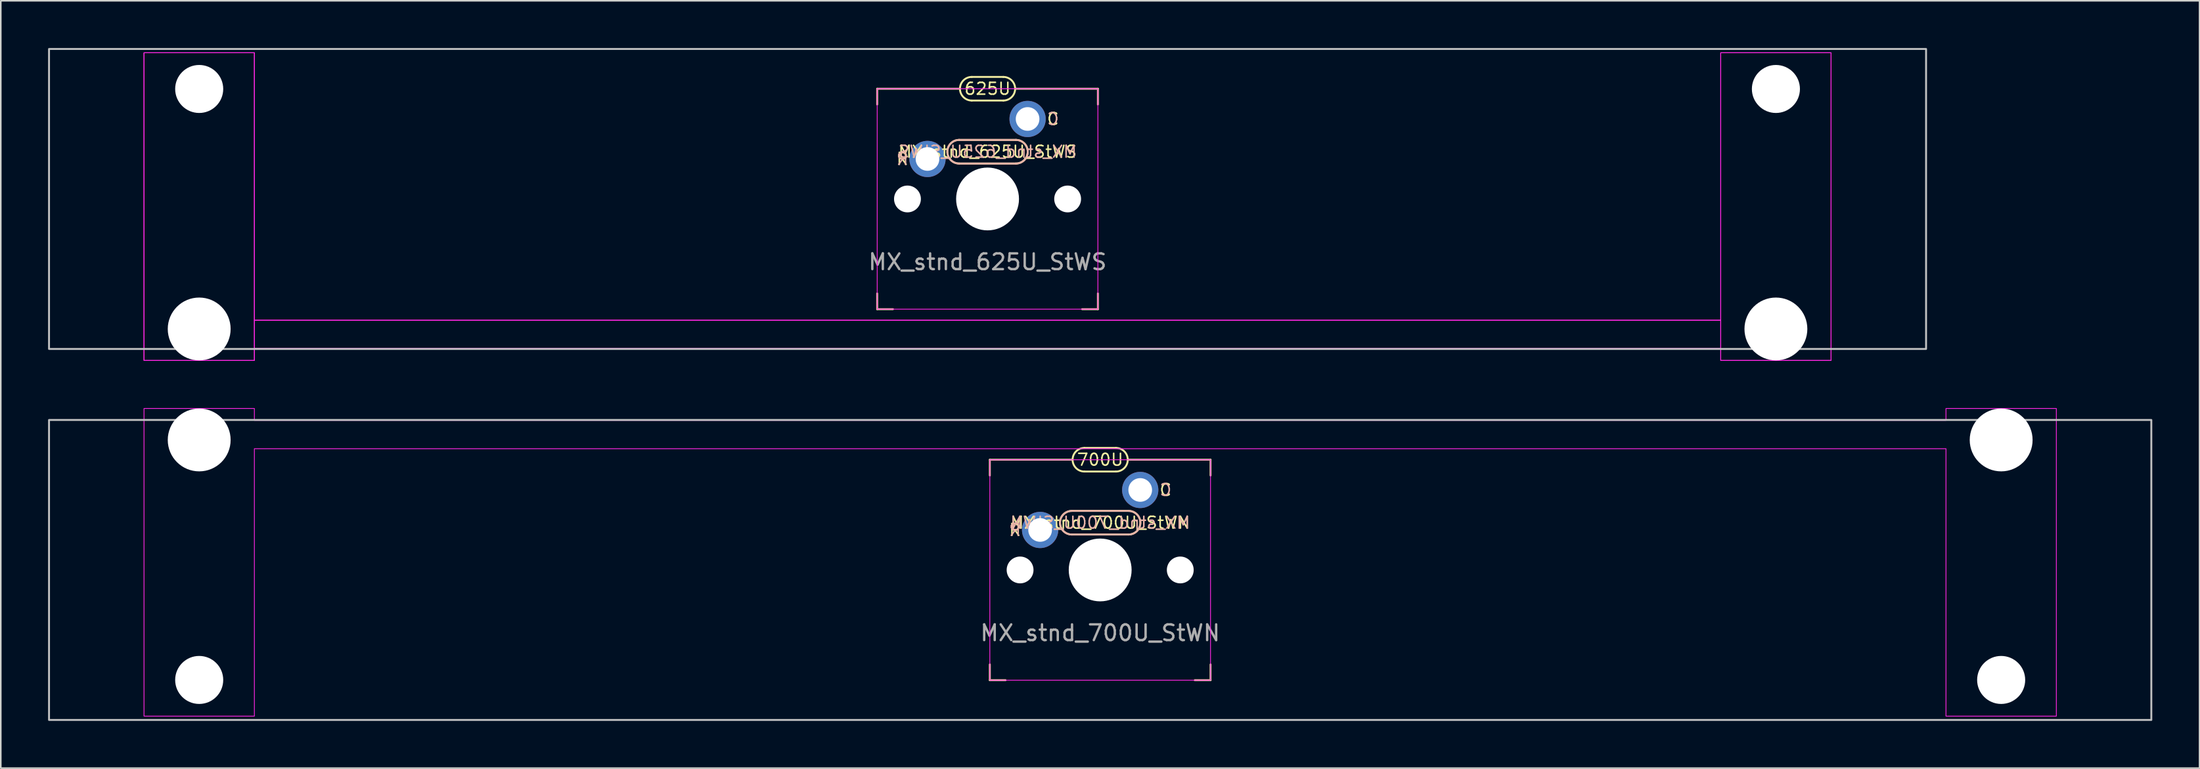
<source format=kicad_pcb>
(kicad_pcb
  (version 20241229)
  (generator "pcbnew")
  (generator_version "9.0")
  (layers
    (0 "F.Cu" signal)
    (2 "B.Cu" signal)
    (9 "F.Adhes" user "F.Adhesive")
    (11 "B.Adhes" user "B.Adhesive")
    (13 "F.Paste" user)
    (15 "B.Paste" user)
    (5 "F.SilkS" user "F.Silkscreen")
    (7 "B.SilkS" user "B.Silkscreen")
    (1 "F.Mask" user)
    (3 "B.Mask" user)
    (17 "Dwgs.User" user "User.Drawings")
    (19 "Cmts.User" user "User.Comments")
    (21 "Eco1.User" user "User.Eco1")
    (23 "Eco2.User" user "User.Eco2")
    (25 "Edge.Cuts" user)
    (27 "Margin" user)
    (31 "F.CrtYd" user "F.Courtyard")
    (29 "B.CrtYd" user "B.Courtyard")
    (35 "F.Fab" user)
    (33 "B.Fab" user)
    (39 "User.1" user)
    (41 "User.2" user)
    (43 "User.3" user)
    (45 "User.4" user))
  (footprint "MX_stnd_625U_StWS"
    (layer "F.Cu")
    (at 59.591 9.585)
    (property "Reference" "MX_stnd_625U_StWS" (at 0 -3 0) (unlocked yes) (layer "F.SilkS") (effects (font (size 0.75 0.75) (thickness 0.1))))
    (attr through_hole)
    (fp_line (start -7 -7) (end -1.75 -7) (stroke (width 0.12) (type solid)) (layer "F.SilkS"))
    (fp_line (start -7 -6) (end -7 -7) (stroke (width 0.12) (type solid)) (layer "F.SilkS"))
    (fp_line (start -7 7) (end -7 6) (stroke (width 0.12) (type solid)) (layer "F.SilkS"))
    (fp_line (start -6 7) (end -7 7) (stroke (width 0.12) (type solid)) (layer "F.SilkS"))
    (fp_line (start -1.8 -3.75) (end 1.8 -3.75) (stroke (width 0.12) (type solid)) (layer "F.SilkS"))
    (fp_line (start -1 -7.75) (end 1 -7.75) (stroke (width 0.12) (type solid)) (layer "F.SilkS"))
    (fp_line (start 1 -6.25) (end -1 -6.25) (stroke (width 0.12) (type solid)) (layer "F.SilkS"))
    (fp_line (start 1.8 -2.25) (end -1.8 -2.25) (stroke (width 0.12) (type solid)) (layer "F.SilkS"))
    (fp_line (start 6 7) (end 7 7) (stroke (width 0.12) (type solid)) (layer "F.SilkS"))
    (fp_line (start 7 -7) (end 1.75 -7) (stroke (width 0.12) (type solid)) (layer "F.SilkS"))
    (fp_line (start 7 -7) (end 7 -6) (stroke (width 0.12) (type solid)) (layer "F.SilkS"))
    (fp_line (start 7 7) (end 7 6) (stroke (width 0.12) (type solid)) (layer "F.SilkS"))
    (fp_arc (start -1.8 -2.25) (mid -2.55 -3) (end -1.8 -3.75) (stroke (width 0.12) (type solid)) (layer "F.SilkS"))
    (fp_arc (start -1 -6.25) (mid -1.75 -7) (end -1 -7.75) (stroke (width 0.12) (type solid)) (layer "F.SilkS"))
    (fp_arc (start 1 -7.75) (mid 1.75 -7) (end 1 -6.25) (stroke (width 0.12) (type solid)) (layer "F.SilkS"))
    (fp_arc (start 1.8 -3.75) (mid 2.55 -3) (end 1.8 -2.25) (stroke (width 0.12) (type solid)) (layer "F.SilkS"))
    (fp_line (start -1.8 -2.25) (end 1.8 -2.25) (stroke (width 0.12) (type solid)) (layer "B.SilkS"))
    (fp_line (start 1.8 -3.75) (end -1.8 -3.75) (stroke (width 0.12) (type solid)) (layer "B.SilkS"))
    (fp_arc (start -1.8 -2.25) (mid -2.55 -3) (end -1.8 -3.75) (stroke (width 0.12) (type solid)) (layer "B.SilkS"))
    (fp_arc (start 1.8 -3.75) (mid 2.55 -3) (end 1.8 -2.25) (stroke (width 0.12) (type solid)) (layer "B.SilkS"))
    (fp_rect (start -59.531 -9.525) (end 59.531 9.525) (stroke (width 0.12) (type solid)) (fill no) (layer "Dwgs.User"))
    (fp_rect (start -53.506 -9.285) (end -46.506 10.255) (stroke (width 0.05) (type solid)) (fill no) (layer "F.CrtYd"))
    (fp_rect (start -46.506 7.7) (end 46.506 9.5) (stroke (width 0.05) (type solid)) (fill no) (layer "F.CrtYd"))
    (fp_rect (start -7 -7) (end 7 7) (stroke (width 0.05) (type solid)) (fill no) (layer "F.CrtYd"))
    (fp_rect (start 46.506 -9.285) (end 53.506 10.255) (stroke (width 0.05) (type solid)) (fill no) (layer "F.CrtYd"))
    (fp_poly (pts (xy -46.506 7.7) (xy 46.506 7.7) (xy 46.506 -9.285) (xy 53.506 -9.285) (xy 53.506 10.255) (xy 46.506 10.255) (xy 46.506 9.5) (xy -46.506 9.5) (xy -46.506 10.255) (xy -53.506 10.255) (xy -53.506 -9.285) (xy -46.506 -9.285)) (stroke (width 0.05) (type solid)) (fill no) (layer "F.CrtYd"))
    (fp_text user "625U" (at 0 -7 0) (unlocked yes) (layer "F.SilkS") (effects (font (size 0.75 0.75) (thickness 0.1))))
    (fp_text user "C" (at 4.15 -5.08 0) (unlocked yes) (layer "F.SilkS") (effects (font (size 0.75 0.75) (thickness 0.1))))
    (fp_text user "R" (at -5.4 -2.54 0) (unlocked yes) (layer "F.SilkS") (effects (font (size 0.75 0.75) (thickness 0.1))))
    (fp_text user "C" (at 4.15 -5.08 0) (unlocked yes) (layer "B.SilkS") (effects (font (size 0.75 0.75) (thickness 0.1)) (justify mirror)))
    (fp_text user "R" (at -5.4 -2.54 0) (unlocked yes) (layer "B.SilkS") (effects (font (size 0.75 0.75) (thickness 0.1)) (justify mirror)))
    (fp_text user "${REFERENCE}" (at 0 -3 0) (unlocked yes) (layer "B.SilkS") (effects (font (size 0.75 0.75) (thickness 0.1)) (justify mirror)))
    (fp_text user "${REFERENCE}" (at 0 4 0) (unlocked yes) (layer "F.Fab") (effects (font (size 1 1) (thickness 0.15))))
    (pad "" np_thru_hole circle (at -50.006 -6.985) (size 3.048 3.048) (drill 3.048) (layers "*.Cu" "*.Mask"))
    (pad "" np_thru_hole circle (at -50.006 8.255) (size 3.988 3.988) (drill 3.988) (layers "*.Cu" "*.Mask"))
    (pad "" np_thru_hole circle (at -5.08 0) (size 1.702 1.702) (drill 1.702) (layers "*.Cu" "*.Mask"))
    (pad "" np_thru_hole circle (at 0 0) (size 3.988 3.988) (drill 3.988) (layers "*.Cu" "*.Mask"))
    (pad "" np_thru_hole circle (at 5.08 0) (size 1.702 1.702) (drill 1.702) (layers "*.Cu" "*.Mask"))
    (pad "" np_thru_hole circle (at 50.006 -6.985) (size 3.048 3.048) (drill 3.048) (layers "*.Cu" "*.Mask"))
    (pad "" np_thru_hole circle (at 50.006 8.255) (size 3.988 3.988) (drill 3.988) (layers "*.Cu" "*.Mask"))
    (pad "1" thru_hole circle (at 2.54 -5.08) (size 2.3 2.3) (drill 1.5) (layers "*.Cu" "*.Mask"))
    (pad "2" thru_hole circle (at -3.81 -2.54) (size 2.3 2.3) (drill 1.5) (layers "*.Cu" "*.Mask")))
  (footprint "MX_stnd_700U_StWN"
    (layer "F.Cu")
    (at 66.735 33.145)
    (property "Reference" "MX_stnd_700U_StWN" (at 0 -3 0) (unlocked yes) (layer "F.SilkS") (effects (font (size 0.75 0.75) (thickness 0.1))))
    (attr through_hole)
    (fp_line (start -7 -7) (end -1.75 -7) (stroke (width 0.12) (type solid)) (layer "F.SilkS"))
    (fp_line (start -7 -6) (end -7 -7) (stroke (width 0.12) (type solid)) (layer "F.SilkS"))
    (fp_line (start -7 7) (end -7 6) (stroke (width 0.12) (type solid)) (layer "F.SilkS"))
    (fp_line (start -6 7) (end -7 7) (stroke (width 0.12) (type solid)) (layer "F.SilkS"))
    (fp_line (start -1.8 -3.75) (end 1.8 -3.75) (stroke (width 0.12) (type solid)) (layer "F.SilkS"))
    (fp_line (start -1 -7.75) (end 1 -7.75) (stroke (width 0.12) (type solid)) (layer "F.SilkS"))
    (fp_line (start 1 -6.25) (end -1 -6.25) (stroke (width 0.12) (type solid)) (layer "F.SilkS"))
    (fp_line (start 1.8 -2.25) (end -1.8 -2.25) (stroke (width 0.12) (type solid)) (layer "F.SilkS"))
    (fp_line (start 6 7) (end 7 7) (stroke (width 0.12) (type solid)) (layer "F.SilkS"))
    (fp_line (start 7 -7) (end 1.75 -7) (stroke (width 0.12) (type solid)) (layer "F.SilkS"))
    (fp_line (start 7 -7) (end 7 -6) (stroke (width 0.12) (type solid)) (layer "F.SilkS"))
    (fp_line (start 7 7) (end 7 6) (stroke (width 0.12) (type solid)) (layer "F.SilkS"))
    (fp_arc (start -1.8 -2.25) (mid -2.55 -3) (end -1.8 -3.75) (stroke (width 0.12) (type solid)) (layer "F.SilkS"))
    (fp_arc (start -1 -6.25) (mid -1.75 -7) (end -1 -7.75) (stroke (width 0.12) (type solid)) (layer "F.SilkS"))
    (fp_arc (start 1 -7.75) (mid 1.75 -7) (end 1 -6.25) (stroke (width 0.12) (type solid)) (layer "F.SilkS"))
    (fp_arc (start 1.8 -3.75) (mid 2.55 -3) (end 1.8 -2.25) (stroke (width 0.12) (type solid)) (layer "F.SilkS"))
    (fp_line (start -1.8 -2.25) (end 1.8 -2.25) (stroke (width 0.12) (type solid)) (layer "B.SilkS"))
    (fp_line (start 1.8 -3.75) (end -1.8 -3.75) (stroke (width 0.12) (type solid)) (layer "B.SilkS"))
    (fp_arc (start -1.8 -2.25) (mid -2.55 -3) (end -1.8 -3.75) (stroke (width 0.12) (type solid)) (layer "B.SilkS"))
    (fp_arc (start 1.8 -3.75) (mid 2.55 -3) (end 1.8 -2.25) (stroke (width 0.12) (type solid)) (layer "B.SilkS"))
    (fp_rect (start -66.675 -9.525) (end 66.675 9.525) (stroke (width 0.12) (type solid)) (fill no) (layer "Dwgs.User"))
    (fp_rect (start -7 -7) (end 7 7) (stroke (width 0.05) (type solid)) (fill no) (layer "F.CrtYd"))
    (fp_poly (pts (xy 53.65 -7.7) (xy -53.65 -7.7) (xy -53.65 9.285) (xy -60.65 9.285) (xy -60.65 -10.255) (xy -53.65 -10.255) (xy -53.65 -9.5) (xy 53.65 -9.5) (xy 53.65 -10.255) (xy 60.65 -10.255) (xy 60.65 9.285) (xy 53.65 9.285)) (stroke (width 0.05) (type solid)) (fill no) (layer "F.CrtYd"))
    (fp_text user "C" (at 4.15 -5.08 0) (unlocked yes) (layer "F.SilkS") (effects (font (size 0.75 0.75) (thickness 0.1))))
    (fp_text user "700U" (at 0 -7 0) (unlocked yes) (layer "F.SilkS") (effects (font (size 0.75 0.75) (thickness 0.1))))
    (fp_text user "R" (at -5.4 -2.54 0) (unlocked yes) (layer "F.SilkS") (effects (font (size 0.75 0.75) (thickness 0.1))))
    (fp_text user "C" (at 4.15 -5.08 0) (unlocked yes) (layer "B.SilkS") (effects (font (size 0.75 0.75) (thickness 0.1)) (justify mirror)))
    (fp_text user "R" (at -5.4 -2.54 0) (unlocked yes) (layer "B.SilkS") (effects (font (size 0.75 0.75) (thickness 0.1)) (justify mirror)))
    (fp_text user "${REFERENCE}" (at 0 -3 0) (unlocked yes) (layer "B.SilkS") (effects (font (size 0.75 0.75) (thickness 0.1)) (justify mirror)))
    (fp_text user "${REFERENCE}" (at 0 4 0) (unlocked yes) (layer "F.Fab") (effects (font (size 1 1) (thickness 0.15))))
    (pad "" np_thru_hole circle (at -57.15 -8.255 180) (size 3.988 3.988) (drill 3.988) (layers "*.Cu" "*.Mask"))
    (pad "" np_thru_hole circle (at -57.15 6.985 180) (size 3.048 3.048) (drill 3.048) (layers "*.Cu" "*.Mask"))
    (pad "" np_thru_hole circle (at -5.08 0) (size 1.702 1.702) (drill 1.702) (layers "*.Cu" "*.Mask"))
    (pad "" np_thru_hole circle (at 0 0) (size 3.988 3.988) (drill 3.988) (layers "*.Cu" "*.Mask"))
    (pad "" np_thru_hole circle (at 5.08 0) (size 1.702 1.702) (drill 1.702) (layers "*.Cu" "*.Mask"))
    (pad "" np_thru_hole circle (at 57.15 -8.255 180) (size 3.988 3.988) (drill 3.988) (layers "*.Cu" "*.Mask"))
    (pad "" np_thru_hole circle (at 57.15 6.985 180) (size 3.048 3.048) (drill 3.048) (layers "*.Cu" "*.Mask"))
    (pad "1" thru_hole circle (at 2.54 -5.08) (size 2.3 2.3) (drill 1.5) (layers "*.Cu" "*.Mask"))
    (pad "2" thru_hole circle (at -3.81 -2.54) (size 2.3 2.3) (drill 1.5) (layers "*.Cu" "*.Mask")))
  (gr_rect
    (start -3 -3)
    (end 136.47 45.73)
    (stroke (width 0.1) (type default))
    (fill no)
    (layer "Edge.Cuts")))
</source>
